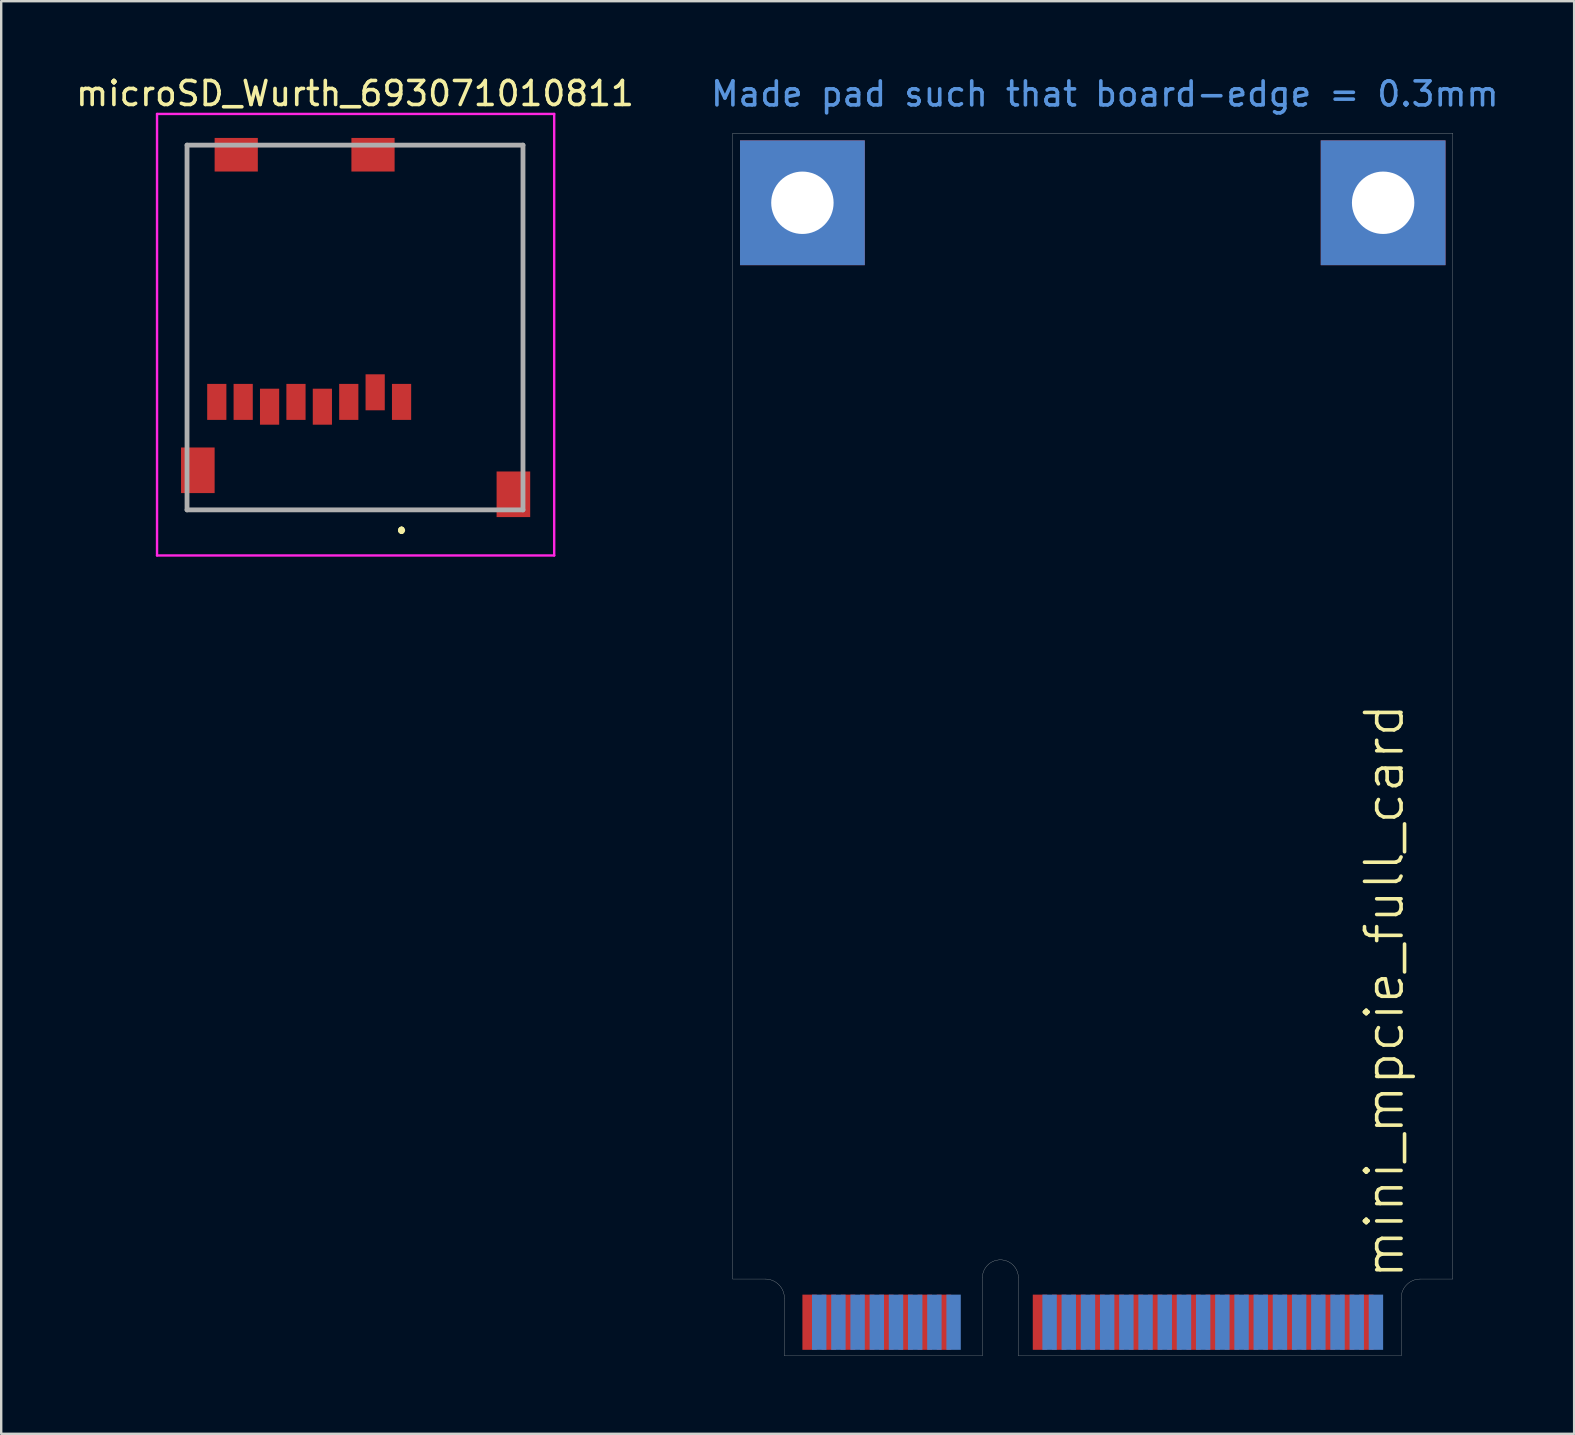
<source format=kicad_pcb>
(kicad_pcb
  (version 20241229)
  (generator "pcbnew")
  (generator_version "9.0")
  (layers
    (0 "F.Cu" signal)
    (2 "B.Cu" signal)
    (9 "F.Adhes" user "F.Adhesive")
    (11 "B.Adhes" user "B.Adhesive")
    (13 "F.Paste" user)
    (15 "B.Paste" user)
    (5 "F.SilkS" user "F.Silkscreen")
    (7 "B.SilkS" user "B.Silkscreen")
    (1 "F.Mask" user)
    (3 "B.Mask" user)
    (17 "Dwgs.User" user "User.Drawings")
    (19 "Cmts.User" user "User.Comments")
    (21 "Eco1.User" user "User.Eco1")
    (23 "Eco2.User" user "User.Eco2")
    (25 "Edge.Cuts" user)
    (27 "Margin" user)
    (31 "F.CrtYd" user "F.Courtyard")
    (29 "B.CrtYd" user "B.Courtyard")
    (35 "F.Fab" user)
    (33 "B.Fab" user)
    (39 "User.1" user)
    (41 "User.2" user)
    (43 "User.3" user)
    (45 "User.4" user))
  (footprint "microSD_Wurth_693071010811"
    (layer "F.Cu")
    (at 11.744 10.598)
    (property "Reference" "microSD_Wurth_693071010811" (at 0 -9.75 0) (unlocked yes) (layer "F.SilkS") (effects (font (size 1 1) (thickness 0.15))))
    (attr smd)
    (fp_line (start -7 -7.6) (end -7 -7.6) (stroke (width 0.1) (type solid)) (layer "F.SilkS"))
    (fp_line (start -7 -7.6) (end -7 -7.6) (stroke (width 0.1) (type solid)) (layer "F.SilkS"))
    (fp_line (start -7 -7.6) (end -7 4.25) (stroke (width 0.1) (type solid)) (layer "F.SilkS"))
    (fp_line (start -7 -7.6) (end -6.5 -7.6) (stroke (width 0.1) (type solid)) (layer "F.SilkS"))
    (fp_line (start -7 4.25) (end -7 -7.6) (stroke (width 0.1) (type solid)) (layer "F.SilkS"))
    (fp_line (start -7 4.25) (end -7 4.25) (stroke (width 0.1) (type solid)) (layer "F.SilkS"))
    (fp_line (start -7 7.6) (end -7 7.6) (stroke (width 0.1) (type solid)) (layer "F.SilkS"))
    (fp_line (start -7 7.6) (end 5.25 7.6) (stroke (width 0.1) (type solid)) (layer "F.SilkS"))
    (fp_line (start -6.5 -7.6) (end -7 -7.6) (stroke (width 0.1) (type solid)) (layer "F.SilkS"))
    (fp_line (start -6.5 -7.6) (end -6.5 -7.6) (stroke (width 0.1) (type solid)) (layer "F.SilkS"))
    (fp_line (start -3.5 -7.6) (end -3.5 -7.6) (stroke (width 0.1) (type solid)) (layer "F.SilkS"))
    (fp_line (start -3.5 -7.6) (end -0.75 -7.6) (stroke (width 0.1) (type solid)) (layer "F.SilkS"))
    (fp_line (start -0.75 -7.6) (end -3.5 -7.6) (stroke (width 0.1) (type solid)) (layer "F.SilkS"))
    (fp_line (start -0.75 -7.6) (end -0.75 -7.6) (stroke (width 0.1) (type solid)) (layer "F.SilkS"))
    (fp_line (start 1.94 8.4) (end 1.94 8.4) (stroke (width 0.2) (type solid)) (layer "F.SilkS"))
    (fp_line (start 1.94 8.4) (end 1.94 8.4) (stroke (width 0.2) (type solid)) (layer "F.SilkS"))
    (fp_line (start 1.94 8.5) (end 1.94 8.5) (stroke (width 0.2) (type solid)) (layer "F.SilkS"))
    (fp_line (start 2.25 -7.6) (end 2.25 -7.6) (stroke (width 0.1) (type solid)) (layer "F.SilkS"))
    (fp_line (start 2.25 -7.6) (end 7 -7.6) (stroke (width 0.1) (type solid)) (layer "F.SilkS"))
    (fp_line (start 5.25 7.6) (end -7 7.6) (stroke (width 0.1) (type solid)) (layer "F.SilkS"))
    (fp_line (start 5.25 7.6) (end 5.25 7.6) (stroke (width 0.1) (type solid)) (layer "F.SilkS"))
    (fp_line (start 7 -7.6) (end 2.25 -7.6) (stroke (width 0.1) (type solid)) (layer "F.SilkS"))
    (fp_line (start 7 -7.6) (end 7 -7.6) (stroke (width 0.1) (type solid)) (layer "F.SilkS"))
    (fp_line (start 7 -7.6) (end 7 -7.6) (stroke (width 0.1) (type solid)) (layer "F.SilkS"))
    (fp_line (start 7 -7.6) (end 7 5.5) (stroke (width 0.1) (type solid)) (layer "F.SilkS"))
    (fp_line (start 7 5.5) (end 7 -7.6) (stroke (width 0.1) (type solid)) (layer "F.SilkS"))
    (fp_line (start 7 5.5) (end 7 5.5) (stroke (width 0.1) (type solid)) (layer "F.SilkS"))
    (fp_arc (start 1.94 8.4) (mid 1.99 8.45) (end 1.94 8.5) (stroke (width 0.2) (type solid)) (layer "F.SilkS"))
    (fp_arc (start 1.94 8.5) (mid 1.89 8.45) (end 1.94 8.4) (stroke (width 0.2) (type solid)) (layer "F.SilkS"))
    (fp_arc (start 1.94 8.5) (mid 1.89 8.45) (end 1.94 8.4) (stroke (width 0.2) (type solid)) (layer "F.SilkS"))
    (fp_line (start -8.25 -8.9) (end 8.3 -8.9) (stroke (width 0.1) (type solid)) (layer "F.CrtYd"))
    (fp_line (start -8.25 9.5) (end -8.25 -8.9) (stroke (width 0.1) (type solid)) (layer "F.CrtYd"))
    (fp_line (start 8.3 -8.9) (end 8.3 9.5) (stroke (width 0.1) (type solid)) (layer "F.CrtYd"))
    (fp_line (start 8.3 9.5) (end -8.25 9.5) (stroke (width 0.1) (type solid)) (layer "F.CrtYd"))
    (fp_line (start -7 -7.6) (end -7 7.6) (stroke (width 0.2) (type solid)) (layer "F.Fab"))
    (fp_line (start -7 7.6) (end 7 7.6) (stroke (width 0.2) (type solid)) (layer "F.Fab"))
    (fp_line (start 7 -7.6) (end -7 -7.6) (stroke (width 0.2) (type solid)) (layer "F.Fab"))
    (fp_line (start 7 7.6) (end 7 -7.6) (stroke (width 0.2) (type solid)) (layer "F.Fab"))
    (pad "1" smd rect (at 1.94 3.1) (size 0.8 1.5) (layers "F.Cu" "F.Mask" "F.Paste"))
    (pad "2" smd rect (at 0.84 2.7) (size 0.8 1.5) (layers "F.Cu" "F.Mask" "F.Paste"))
    (pad "3" smd rect (at -0.26 3.1) (size 0.8 1.5) (layers "F.Cu" "F.Mask" "F.Paste"))
    (pad "4" smd rect (at -1.36 3.3) (size 0.8 1.5) (layers "F.Cu" "F.Mask" "F.Paste"))
    (pad "5" smd rect (at -2.46 3.1) (size 0.8 1.5) (layers "F.Cu" "F.Mask" "F.Paste"))
    (pad "6" smd rect (at -3.56 3.3) (size 0.8 1.5) (layers "F.Cu" "F.Mask" "F.Paste"))
    (pad "7" smd rect (at -4.66 3.1) (size 0.8 1.5) (layers "F.Cu" "F.Mask" "F.Paste"))
    (pad "8" smd rect (at -5.76 3.1) (size 0.8 1.5) (layers "F.Cu" "F.Mask" "F.Paste"))
    (pad "9" smd rect (at -6.55 5.95) (size 1.4 1.9) (layers "F.Cu" "F.Mask" "F.Paste"))
    (pad "9" smd rect (at 6.6 6.95) (size 1.4 1.9) (layers "F.Cu" "F.Mask" "F.Paste"))
    (pad "10" smd rect (at -4.95 -7.2 90) (size 1.4 1.8) (layers "F.Cu" "F.Mask" "F.Paste"))
    (pad "10" smd rect (at 0.75 -7.2 90) (size 1.4 1.8) (layers "F.Cu" "F.Mask" "F.Paste")))
  (footprint "mini_mpcie_full_card"
    (layer "F.Cu")
    (at 42.488 53.45)
    (property "Reference" "mini_mpcie_full_card" (at 12.15 -15.2 90) (layer "F.SilkS") (effects (font (size 1.524 1.524) (thickness 0.15))))
    (attr through_hole)
    (fp_line (start -15 -50.95) (end -15 -3.2) (stroke (width 0.01) (type solid)) (layer "Edge.Cuts"))
    (fp_line (start -13.65 -3.2) (end -15 -3.2) (stroke (width 0.01) (type solid)) (layer "Edge.Cuts"))
    (fp_line (start -12.85 0) (end -12.85 -2.4) (stroke (width 0.01) (type solid)) (layer "Edge.Cuts"))
    (fp_line (start -4.6 0) (end -12.85 0) (stroke (width 0.01) (type solid)) (layer "Edge.Cuts"))
    (fp_line (start -4.6 0) (end -4.6 -3.25) (stroke (width 0.01) (type solid)) (layer "Edge.Cuts"))
    (fp_line (start -3.1 0) (end -3.1 -3.25) (stroke (width 0.01) (type solid)) (layer "Edge.Cuts"))
    (fp_line (start -3.1 0) (end 12.85 0) (stroke (width 0.01) (type solid)) (layer "Edge.Cuts"))
    (fp_line (start 12.85 0) (end 12.85 -2.4) (stroke (width 0.01) (type solid)) (layer "Edge.Cuts"))
    (fp_line (start 15 -50.95) (end -15 -50.95) (stroke (width 0.01) (type solid)) (layer "Edge.Cuts"))
    (fp_line (start 15 -3.2) (end 13.65 -3.2) (stroke (width 0.01) (type solid)) (layer "Edge.Cuts"))
    (fp_line (start 15 -3.2) (end 15 -50.95) (stroke (width 0.01) (type solid)) (layer "Edge.Cuts"))
    (fp_arc (start -13.65 -3.2) (mid -13.084315 -2.965685) (end -12.85 -2.4) (stroke (width 0.01) (type solid)) (layer "Edge.Cuts"))
    (fp_arc (start -4.6 -3.25) (mid -3.85 -4) (end -3.1 -3.25) (stroke (width 0.01) (type solid)) (layer "Edge.Cuts"))
    (fp_arc (start 12.85 -2.4) (mid 13.084315 -2.965685) (end 13.65 -3.2) (stroke (width 0.01) (type solid)) (layer "Edge.Cuts"))
    (fp_text user "Made pad such that board-edge = 0.3mm" (at -16 -52 0) (unlocked yes) (layer "Cmts.User") (effects (font (size 1 1) (thickness 0.15)) (justify left bottom)))
    (pad "1" smd rect (at -11.8 -1.4) (size 0.6 2.3) (layers "F.Cu" "F.Mask"))
    (pad "2" smd rect (at -11.4 -1.4) (size 0.6 2.3) (layers "B.Cu" "B.Mask"))
    (pad "3" smd rect (at -11 -1.4) (size 0.6 2.3) (layers "F.Cu" "F.Mask"))
    (pad "4" smd rect (at -10.6 -1.4) (size 0.6 2.3) (layers "B.Cu" "B.Mask"))
    (pad "5" smd rect (at -10.2 -1.4) (size 0.6 2.3) (layers "F.Cu" "F.Mask"))
    (pad "6" smd rect (at -9.8 -1.4) (size 0.6 2.3) (layers "B.Cu" "B.Mask"))
    (pad "7" smd rect (at -9.4 -1.4) (size 0.6 2.3) (layers "F.Cu" "F.Mask"))
    (pad "8" smd rect (at -9 -1.4) (size 0.6 2.3) (layers "B.Cu" "B.Mask"))
    (pad "9" smd rect (at -8.6 -1.4) (size 0.6 2.3) (layers "F.Cu" "F.Mask"))
    (pad "10" smd rect (at -8.2 -1.4) (size 0.6 2.3) (layers "B.Cu" "B.Mask"))
    (pad "11" smd rect (at -7.8 -1.4) (size 0.6 2.3) (layers "F.Cu" "F.Mask"))
    (pad "12" smd rect (at -7.4 -1.4) (size 0.6 2.3) (layers "B.Cu" "B.Mask"))
    (pad "13" smd rect (at -7 -1.4) (size 0.6 2.3) (layers "F.Cu" "F.Mask"))
    (pad "14" smd rect (at -6.6 -1.4) (size 0.6 2.3) (layers "B.Cu" "B.Mask"))
    (pad "15" smd rect (at -6.2 -1.4) (size 0.6 2.3) (layers "F.Cu" "F.Mask"))
    (pad "16" smd rect (at -5.8 -1.4) (size 0.6 2.3) (layers "B.Cu" "B.Mask"))
    (pad "17" smd rect (at -2.2 -1.4) (size 0.6 2.3) (layers "F.Cu" "F.Mask"))
    (pad "18" smd rect (at -1.8 -1.4) (size 0.6 2.3) (layers "B.Cu" "B.Mask"))
    (pad "19" smd rect (at -1.4 -1.4) (size 0.6 2.3) (layers "F.Cu" "F.Mask"))
    (pad "20" smd rect (at -1 -1.4) (size 0.6 2.3) (layers "B.Cu" "B.Mask"))
    (pad "21" smd rect (at -0.6 -1.4) (size 0.6 2.3) (layers "F.Cu" "F.Mask"))
    (pad "22" smd rect (at -0.2 -1.4) (size 0.6 2.3) (layers "B.Cu" "B.Mask"))
    (pad "23" smd rect (at 0.2 -1.4) (size 0.6 2.3) (layers "F.Cu" "F.Mask"))
    (pad "24" smd rect (at 0.6 -1.4) (size 0.6 2.3) (layers "B.Cu" "B.Mask"))
    (pad "25" smd rect (at 1 -1.4) (size 0.6 2.3) (layers "F.Cu" "F.Mask"))
    (pad "26" smd rect (at 1.4 -1.4) (size 0.6 2.3) (layers "B.Cu" "B.Mask"))
    (pad "27" smd rect (at 1.8 -1.4) (size 0.6 2.3) (layers "F.Cu" "F.Mask"))
    (pad "28" smd rect (at 2.2 -1.4) (size 0.6 2.3) (layers "B.Cu" "B.Mask"))
    (pad "29" smd rect (at 2.6 -1.4) (size 0.6 2.3) (layers "F.Cu" "F.Mask"))
    (pad "30" smd rect (at 3 -1.4) (size 0.6 2.3) (layers "B.Cu" "B.Mask"))
    (pad "31" smd rect (at 3.4 -1.4) (size 0.6 2.3) (layers "F.Cu" "F.Mask"))
    (pad "32" smd rect (at 3.8 -1.4) (size 0.6 2.3) (layers "B.Cu" "B.Mask"))
    (pad "33" smd rect (at 4.2 -1.4) (size 0.6 2.3) (layers "F.Cu" "F.Mask"))
    (pad "34" smd rect (at 4.6 -1.4) (size 0.6 2.3) (layers "B.Cu" "B.Mask"))
    (pad "35" smd rect (at 5 -1.4) (size 0.6 2.3) (layers "F.Cu" "F.Mask"))
    (pad "36" smd rect (at 5.4 -1.4) (size 0.6 2.3) (layers "B.Cu" "B.Mask"))
    (pad "37" smd rect (at 5.8 -1.4) (size 0.6 2.3) (layers "F.Cu" "F.Mask"))
    (pad "38" smd rect (at 6.2 -1.4) (size 0.6 2.3) (layers "B.Cu" "B.Mask"))
    (pad "39" smd rect (at 6.6 -1.4) (size 0.6 2.3) (layers "F.Cu" "F.Mask"))
    (pad "40" smd rect (at 7 -1.4) (size 0.6 2.3) (layers "B.Cu" "B.Mask"))
    (pad "41" smd rect (at 7.4 -1.4) (size 0.6 2.3) (layers "F.Cu" "F.Mask"))
    (pad "42" smd rect (at 7.8 -1.4) (size 0.6 2.3) (layers "B.Cu" "B.Mask"))
    (pad "43" smd rect (at 8.2 -1.4) (size 0.6 2.3) (layers "F.Cu" "F.Mask"))
    (pad "44" smd rect (at 8.6 -1.4) (size 0.6 2.3) (layers "B.Cu" "B.Mask"))
    (pad "45" smd rect (at 9 -1.4) (size 0.6 2.3) (layers "F.Cu" "F.Mask"))
    (pad "46" smd rect (at 9.4 -1.4) (size 0.6 2.3) (layers "B.Cu" "B.Mask"))
    (pad "47" smd rect (at 9.8 -1.4) (size 0.6 2.3) (layers "F.Cu" "F.Mask"))
    (pad "48" smd rect (at 10.2 -1.4) (size 0.6 2.3) (layers "B.Cu" "B.Mask"))
    (pad "49" smd rect (at 10.6 -1.4) (size 0.6 2.3) (layers "F.Cu" "F.Mask"))
    (pad "50" smd rect (at 11 -1.4) (size 0.6 2.3) (layers "B.Cu" "B.Mask"))
    (pad "51" smd rect (at 11.4 -1.4) (size 0.6 2.3) (layers "F.Cu" "F.Mask"))
    (pad "52" smd rect (at 11.8 -1.4) (size 0.6 2.3) (layers "B.Cu" "B.Mask"))
    (pad "MP" thru_hole rect (at -12.1 -48.05) (size 5.2 5.2) (drill 2.6) (layers "*.Cu" "*.Mask"))
    (pad "MP" thru_hole rect (at 12.1 -48.05) (size 5.2 5.2) (drill 2.6) (layers "*.Cu" "*.Mask")))
  (gr_rect
    (start -3 -3)
    (end 62.548 56.7)
    (stroke (width 0.1) (type default))
    (fill no)
    (layer "Edge.Cuts")))
</source>
